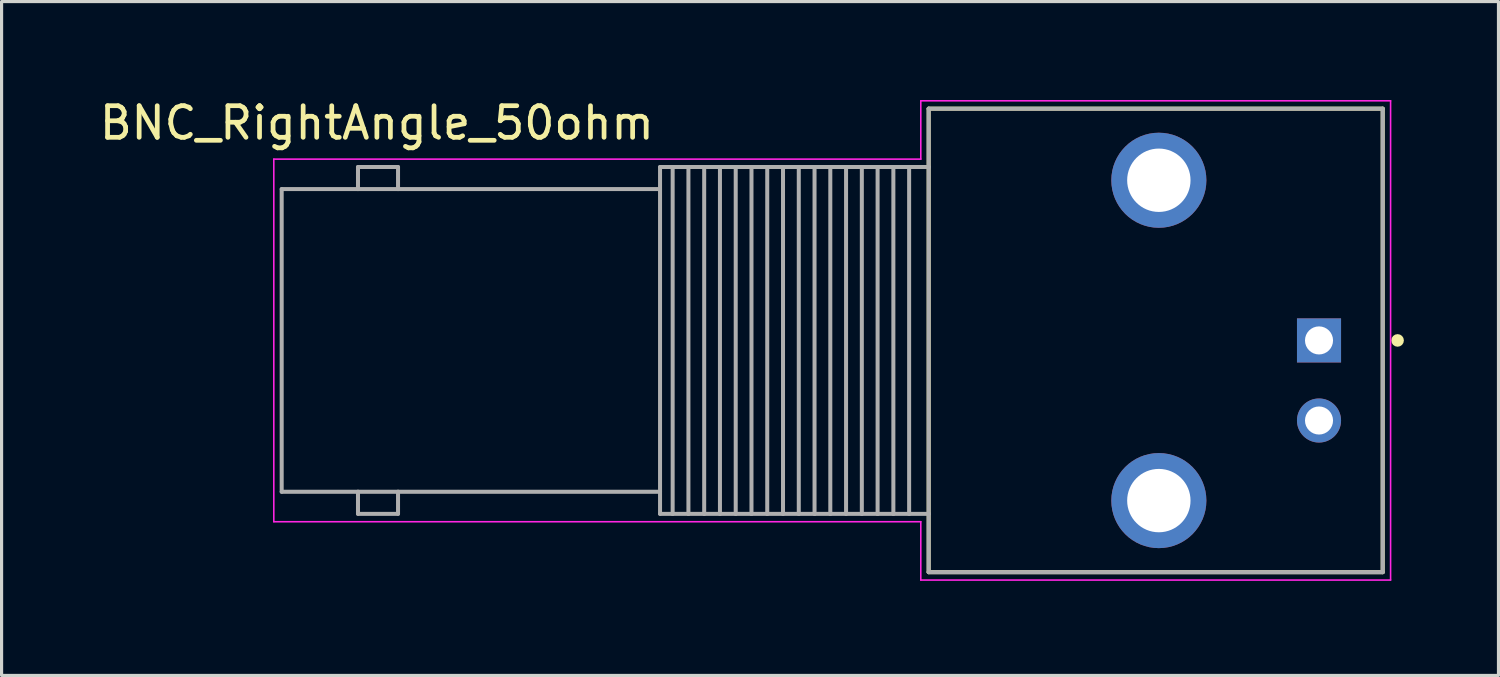
<source format=kicad_pcb>
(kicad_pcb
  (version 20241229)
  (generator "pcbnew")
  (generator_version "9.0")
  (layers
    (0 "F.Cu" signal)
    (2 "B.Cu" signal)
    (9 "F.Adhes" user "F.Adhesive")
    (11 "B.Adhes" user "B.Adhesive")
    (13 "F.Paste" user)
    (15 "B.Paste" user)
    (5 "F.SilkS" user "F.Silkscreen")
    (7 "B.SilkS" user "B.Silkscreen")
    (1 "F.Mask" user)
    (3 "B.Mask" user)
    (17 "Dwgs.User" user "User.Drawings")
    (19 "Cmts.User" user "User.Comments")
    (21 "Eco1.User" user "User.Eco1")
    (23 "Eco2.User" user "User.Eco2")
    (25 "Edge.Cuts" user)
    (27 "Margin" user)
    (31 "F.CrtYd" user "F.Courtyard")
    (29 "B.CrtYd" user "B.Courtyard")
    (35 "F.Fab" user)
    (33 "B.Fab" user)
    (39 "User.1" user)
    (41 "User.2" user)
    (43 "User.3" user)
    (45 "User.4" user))
  (footprint "BNC_RightAngle_50ohm"
    (layer "F.Cu")
    (at 38.784 7.747)
    (property "Reference" "BNC_RightAngle_50ohm" (at -29.881 -6.898 0) (layer "F.SilkS") (effects (font (size 1.002 1.002) (thickness 0.15))))
    (attr through_hole)
    (fp_line (start -12.38 -7.35) (end 2.02 -7.35) (stroke (width 0.127) (type solid)) (layer "F.SilkS"))
    (fp_line (start -12.38 -5.5) (end -12.38 -7.35) (stroke (width 0.127) (type solid)) (layer "F.SilkS"))
    (fp_line (start -12.38 5.5) (end -12.38 -5.5) (stroke (width 0.127) (type solid)) (layer "F.SilkS"))
    (fp_line (start -12.38 7.35) (end -12.38 5.5) (stroke (width 0.127) (type solid)) (layer "F.SilkS"))
    (fp_line (start 2.02 -7.35) (end 2.02 7.35) (stroke (width 0.127) (type solid)) (layer "F.SilkS"))
    (fp_line (start 2.02 7.35) (end -12.38 7.35) (stroke (width 0.127) (type solid)) (layer "F.SilkS"))
    (fp_circle (center 2.492 0) (end 2.592 0) (stroke (width 0.2) (type solid)) (fill no) (layer "F.SilkS"))
    (fp_line (start -33.15 -5.75) (end -12.63 -5.75) (stroke (width 0.05) (type solid)) (layer "F.CrtYd"))
    (fp_line (start -33.15 5.75) (end -33.15 -5.75) (stroke (width 0.05) (type solid)) (layer "F.CrtYd"))
    (fp_line (start -12.63 -7.6) (end 2.27 -7.6) (stroke (width 0.05) (type solid)) (layer "F.CrtYd"))
    (fp_line (start -12.63 -5.75) (end -12.63 -7.6) (stroke (width 0.05) (type solid)) (layer "F.CrtYd"))
    (fp_line (start -12.63 5.75) (end -33.15 5.75) (stroke (width 0.05) (type solid)) (layer "F.CrtYd"))
    (fp_line (start -12.63 7.6) (end -12.63 5.75) (stroke (width 0.05) (type solid)) (layer "F.CrtYd"))
    (fp_line (start 2.27 -7.6) (end 2.27 7.6) (stroke (width 0.05) (type solid)) (layer "F.CrtYd"))
    (fp_line (start 2.27 7.6) (end -12.63 7.6) (stroke (width 0.05) (type solid)) (layer "F.CrtYd"))
    (fp_line (start -32.9 -4.8) (end -32.9 4.8) (stroke (width 0.127) (type solid)) (layer "F.Fab"))
    (fp_line (start -32.9 4.8) (end -30.48 4.8) (stroke (width 0.127) (type solid)) (layer "F.Fab"))
    (fp_line (start -30.48 -5.5) (end -30.48 -4.8) (stroke (width 0.127) (type solid)) (layer "F.Fab"))
    (fp_line (start -30.48 -5.5) (end -29.21 -5.5) (stroke (width 0.127) (type solid)) (layer "F.Fab"))
    (fp_line (start -30.48 -4.8) (end -32.9 -4.8) (stroke (width 0.127) (type solid)) (layer "F.Fab"))
    (fp_line (start -30.48 4.8) (end -30.48 5.5) (stroke (width 0.127) (type solid)) (layer "F.Fab"))
    (fp_line (start -30.48 4.8) (end -29.21 4.8) (stroke (width 0.127) (type solid)) (layer "F.Fab"))
    (fp_line (start -30.48 5.5) (end -29.21 5.5) (stroke (width 0.127) (type solid)) (layer "F.Fab"))
    (fp_line (start -29.21 -5.5) (end -29.21 -4.8) (stroke (width 0.127) (type solid)) (layer "F.Fab"))
    (fp_line (start -29.21 -4.8) (end -30.48 -4.8) (stroke (width 0.127) (type solid)) (layer "F.Fab"))
    (fp_line (start -29.21 4.8) (end -20.9 4.8) (stroke (width 0.127) (type solid)) (layer "F.Fab"))
    (fp_line (start -29.21 5.5) (end -29.21 4.8) (stroke (width 0.127) (type solid)) (layer "F.Fab"))
    (fp_line (start -20.9 -5.5) (end -20.9 5.5) (stroke (width 0.127) (type solid)) (layer "F.Fab"))
    (fp_line (start -20.9 -4.8) (end -29.21 -4.8) (stroke (width 0.127) (type solid)) (layer "F.Fab"))
    (fp_line (start -20.9 5.5) (end -20.5 5.5) (stroke (width 0.127) (type solid)) (layer "F.Fab"))
    (fp_line (start -20.5 -5.5) (end -20.9 -5.5) (stroke (width 0.127) (type solid)) (layer "F.Fab"))
    (fp_line (start -20.5 -5.5) (end -20.5 5.5) (stroke (width 0.127) (type solid)) (layer "F.Fab"))
    (fp_line (start -20.5 5.5) (end -20 5.5) (stroke (width 0.127) (type solid)) (layer "F.Fab"))
    (fp_line (start -20 -5.5) (end -20.5 -5.5) (stroke (width 0.127) (type solid)) (layer "F.Fab"))
    (fp_line (start -20 -5.5) (end -20 5.5) (stroke (width 0.127) (type solid)) (layer "F.Fab"))
    (fp_line (start -20 5.5) (end -19.5 5.5) (stroke (width 0.127) (type solid)) (layer "F.Fab"))
    (fp_line (start -19.5 -5.5) (end -20 -5.5) (stroke (width 0.127) (type solid)) (layer "F.Fab"))
    (fp_line (start -19.5 -5.5) (end -19.5 5.5) (stroke (width 0.127) (type solid)) (layer "F.Fab"))
    (fp_line (start -19.5 5.5) (end -19 5.5) (stroke (width 0.127) (type solid)) (layer "F.Fab"))
    (fp_line (start -19 -5.5) (end -19.5 -5.5) (stroke (width 0.127) (type solid)) (layer "F.Fab"))
    (fp_line (start -19 -5.5) (end -19 5.5) (stroke (width 0.127) (type solid)) (layer "F.Fab"))
    (fp_line (start -19 5.5) (end -18.5 5.5) (stroke (width 0.127) (type solid)) (layer "F.Fab"))
    (fp_line (start -18.5 -5.5) (end -19 -5.5) (stroke (width 0.127) (type solid)) (layer "F.Fab"))
    (fp_line (start -18.5 -5.5) (end -18.5 5.5) (stroke (width 0.127) (type solid)) (layer "F.Fab"))
    (fp_line (start -18.5 5.5) (end -18 5.5) (stroke (width 0.127) (type solid)) (layer "F.Fab"))
    (fp_line (start -18 -5.5) (end -18.5 -5.5) (stroke (width 0.127) (type solid)) (layer "F.Fab"))
    (fp_line (start -18 -5.5) (end -18 5.5) (stroke (width 0.127) (type solid)) (layer "F.Fab"))
    (fp_line (start -18 5.5) (end -17.5 5.5) (stroke (width 0.127) (type solid)) (layer "F.Fab"))
    (fp_line (start -17.5 -5.5) (end -18 -5.5) (stroke (width 0.127) (type solid)) (layer "F.Fab"))
    (fp_line (start -17.5 -5.5) (end -17.5 5.5) (stroke (width 0.127) (type solid)) (layer "F.Fab"))
    (fp_line (start -17.5 5.5) (end -17 5.5) (stroke (width 0.127) (type solid)) (layer "F.Fab"))
    (fp_line (start -17 -5.5) (end -17.5 -5.5) (stroke (width 0.127) (type solid)) (layer "F.Fab"))
    (fp_line (start -17 -5.5) (end -17 5.5) (stroke (width 0.127) (type solid)) (layer "F.Fab"))
    (fp_line (start -17 5.5) (end -16.5 5.5) (stroke (width 0.127) (type solid)) (layer "F.Fab"))
    (fp_line (start -16.5 -5.5) (end -17 -5.5) (stroke (width 0.127) (type solid)) (layer "F.Fab"))
    (fp_line (start -16.5 -5.5) (end -16.5 5.5) (stroke (width 0.127) (type solid)) (layer "F.Fab"))
    (fp_line (start -16.5 5.5) (end -16 5.5) (stroke (width 0.127) (type solid)) (layer "F.Fab"))
    (fp_line (start -16 -5.5) (end -16.5 -5.5) (stroke (width 0.127) (type solid)) (layer "F.Fab"))
    (fp_line (start -16 -5.5) (end -16 5.5) (stroke (width 0.127) (type solid)) (layer "F.Fab"))
    (fp_line (start -16 5.5) (end -15.5 5.5) (stroke (width 0.127) (type solid)) (layer "F.Fab"))
    (fp_line (start -15.5 -5.5) (end -16 -5.5) (stroke (width 0.127) (type solid)) (layer "F.Fab"))
    (fp_line (start -15.5 -5.5) (end -15.5 5.5) (stroke (width 0.127) (type solid)) (layer "F.Fab"))
    (fp_line (start -15.5 5.5) (end -15 5.5) (stroke (width 0.127) (type solid)) (layer "F.Fab"))
    (fp_line (start -15 -5.5) (end -15.5 -5.5) (stroke (width 0.127) (type solid)) (layer "F.Fab"))
    (fp_line (start -15 -5.5) (end -15 5.5) (stroke (width 0.127) (type solid)) (layer "F.Fab"))
    (fp_line (start -15 5.5) (end -14.5 5.5) (stroke (width 0.127) (type solid)) (layer "F.Fab"))
    (fp_line (start -14.5 -5.5) (end -15 -5.5) (stroke (width 0.127) (type solid)) (layer "F.Fab"))
    (fp_line (start -14.5 -5.5) (end -14.5 5.5) (stroke (width 0.127) (type solid)) (layer "F.Fab"))
    (fp_line (start -14.5 5.5) (end -14 5.5) (stroke (width 0.127) (type solid)) (layer "F.Fab"))
    (fp_line (start -14 -5.5) (end -14.5 -5.5) (stroke (width 0.127) (type solid)) (layer "F.Fab"))
    (fp_line (start -14 -5.5) (end -14 5.5) (stroke (width 0.127) (type solid)) (layer "F.Fab"))
    (fp_line (start -14 5.5) (end -13.5 5.5) (stroke (width 0.127) (type solid)) (layer "F.Fab"))
    (fp_line (start -13.5 -5.5) (end -14 -5.5) (stroke (width 0.127) (type solid)) (layer "F.Fab"))
    (fp_line (start -13.5 -5.5) (end -13.5 5.5) (stroke (width 0.127) (type solid)) (layer "F.Fab"))
    (fp_line (start -13.5 5.5) (end -13 5.5) (stroke (width 0.127) (type solid)) (layer "F.Fab"))
    (fp_line (start -13 -5.5) (end -13.5 -5.5) (stroke (width 0.127) (type solid)) (layer "F.Fab"))
    (fp_line (start -13 -5.5) (end -13 5.5) (stroke (width 0.127) (type solid)) (layer "F.Fab"))
    (fp_line (start -13 5.5) (end -12.38 5.5) (stroke (width 0.127) (type solid)) (layer "F.Fab"))
    (fp_line (start -12.38 -7.35) (end 2.02 -7.35) (stroke (width 0.127) (type solid)) (layer "F.Fab"))
    (fp_line (start -12.38 -5.5) (end -13 -5.5) (stroke (width 0.127) (type solid)) (layer "F.Fab"))
    (fp_line (start -12.38 -5.5) (end -12.38 -7.35) (stroke (width 0.127) (type solid)) (layer "F.Fab"))
    (fp_line (start -12.38 5.5) (end -12.38 -5.5) (stroke (width 0.127) (type solid)) (layer "F.Fab"))
    (fp_line (start -12.38 7.35) (end -12.38 5.5) (stroke (width 0.127) (type solid)) (layer "F.Fab"))
    (fp_line (start 2.02 -7.35) (end 2.02 7.35) (stroke (width 0.127) (type solid)) (layer "F.Fab"))
    (fp_line (start 2.02 7.35) (end -12.38 7.35) (stroke (width 0.127) (type solid)) (layer "F.Fab"))
    (pad "1" thru_hole rect (at 0 0) (size 1.398 1.398) (drill 0.89) (layers "*.Cu" "*.Mask"))
    (pad "2" thru_hole circle (at 0 2.54) (size 1.398 1.398) (drill 0.89) (layers "*.Cu" "*.Mask"))
    (pad "P1" thru_hole circle (at -5.08 5.08) (size 3.015 3.015) (drill 2.01) (layers "*.Cu" "*.Mask"))
    (pad "P2" thru_hole circle (at -5.08 -5.08) (size 3.015 3.015) (drill 2.01) (layers "*.Cu" "*.Mask")))
  (gr_rect
    (start -3 -3)
    (end 44.476 18.372)
    (stroke (width 0.1) (type default))
    (fill no)
    (layer "Edge.Cuts")))
</source>
